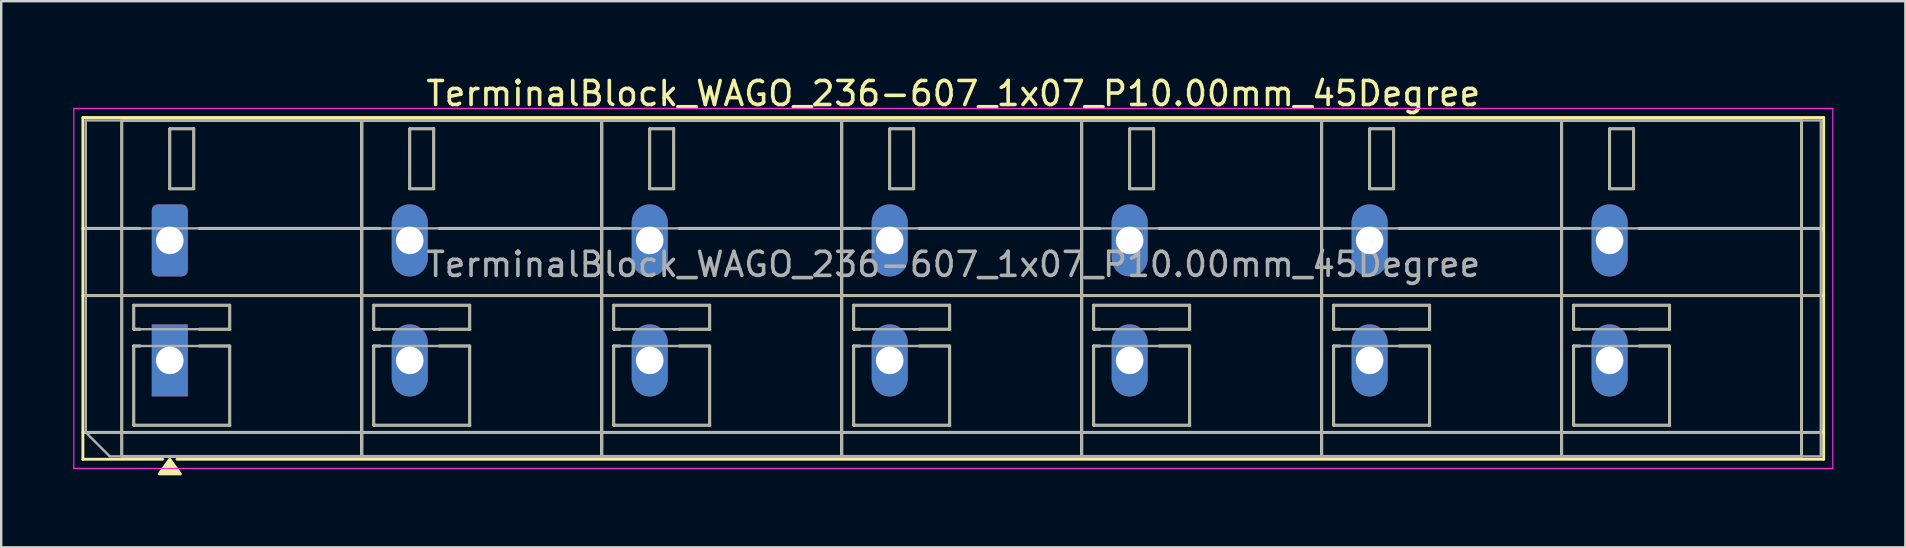
<source format=kicad_pcb>
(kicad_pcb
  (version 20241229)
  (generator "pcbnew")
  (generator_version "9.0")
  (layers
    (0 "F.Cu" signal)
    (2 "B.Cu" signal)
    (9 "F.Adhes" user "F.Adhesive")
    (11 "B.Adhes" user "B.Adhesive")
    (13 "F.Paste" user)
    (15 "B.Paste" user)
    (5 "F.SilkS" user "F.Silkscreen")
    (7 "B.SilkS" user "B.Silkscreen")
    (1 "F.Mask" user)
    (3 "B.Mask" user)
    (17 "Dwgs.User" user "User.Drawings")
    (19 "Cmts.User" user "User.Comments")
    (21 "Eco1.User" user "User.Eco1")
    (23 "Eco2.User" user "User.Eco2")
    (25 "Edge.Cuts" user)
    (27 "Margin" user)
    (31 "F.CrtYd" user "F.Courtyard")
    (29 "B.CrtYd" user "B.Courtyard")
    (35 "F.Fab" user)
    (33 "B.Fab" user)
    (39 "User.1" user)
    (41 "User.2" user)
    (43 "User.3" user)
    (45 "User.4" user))
  (footprint "TerminalBlock_WAGO_236-607_1x07_P10.00mm_45Degree"
    (layer "F.Cu")
    (at 4.025 6.968)
    (property "Reference" "TerminalBlock_WAGO_236-607_1x07_P10.00mm_45Degree" (at 32.65 -6.12 0) (layer "F.SilkS") (effects (font (size 1 1) (thickness 0.15))))
    (attr through_hole)
    (fp_line (start -3.62 -5.12) (end -3.62 9.12) (stroke (width 0.12) (type solid)) (layer "F.SilkS"))
    (fp_line (start -3.62 -5.12) (end 68.92 -5.12) (stroke (width 0.12) (type solid)) (layer "F.SilkS"))
    (fp_line (start -3.62 -0.5) (end -1.23 -0.5) (stroke (width 0.12) (type solid)) (layer "F.SilkS"))
    (fp_line (start -3.62 2.3) (end 68.92 2.3) (stroke (width 0.12) (type solid)) (layer "F.SilkS"))
    (fp_line (start -3.62 8) (end 68.92 8) (stroke (width 0.12) (type solid)) (layer "F.SilkS"))
    (fp_line (start -3.62 9.12) (end -0.3 9.12) (stroke (width 0.12) (type solid)) (layer "F.SilkS"))
    (fp_line (start -2 -5) (end -2 9) (stroke (width 0.12) (type solid)) (layer "F.SilkS"))
    (fp_line (start -2 -5) (end 8 -5) (stroke (width 0.12) (type solid)) (layer "F.SilkS"))
    (fp_line (start -2 9) (end 8 9) (stroke (width 0.12) (type solid)) (layer "F.SilkS"))
    (fp_line (start -1.5 2.7) (end -1.5 3.7) (stroke (width 0.12) (type solid)) (layer "F.SilkS"))
    (fp_line (start -1.5 2.7) (end 2.5 2.7) (stroke (width 0.12) (type solid)) (layer "F.SilkS"))
    (fp_line (start -1.5 3.7) (end -1.23 3.7) (stroke (width 0.12) (type solid)) (layer "F.SilkS"))
    (fp_line (start -1.5 4.4) (end -1.5 7.7) (stroke (width 0.12) (type solid)) (layer "F.SilkS"))
    (fp_line (start -1.5 4.4) (end -1.23 4.4) (stroke (width 0.12) (type solid)) (layer "F.SilkS"))
    (fp_line (start -1.5 7.7) (end 2.5 7.7) (stroke (width 0.12) (type solid)) (layer "F.SilkS"))
    (fp_line (start 0 -4.65) (end 0 -2.15) (stroke (width 0.12) (type solid)) (layer "F.SilkS"))
    (fp_line (start 0 -4.65) (end 1 -4.65) (stroke (width 0.12) (type solid)) (layer "F.SilkS"))
    (fp_line (start 0 -2.15) (end 1 -2.15) (stroke (width 0.12) (type solid)) (layer "F.SilkS"))
    (fp_line (start 0.3 9.12) (end 68.92 9.12) (stroke (width 0.12) (type solid)) (layer "F.SilkS"))
    (fp_line (start 1 -4.65) (end 1 -2.15) (stroke (width 0.12) (type solid)) (layer "F.SilkS"))
    (fp_line (start 1.23 -0.5) (end 8.77 -0.5) (stroke (width 0.12) (type solid)) (layer "F.SilkS"))
    (fp_line (start 1.23 3.7) (end 2.5 3.7) (stroke (width 0.12) (type solid)) (layer "F.SilkS"))
    (fp_line (start 1.23 4.4) (end 2.5 4.4) (stroke (width 0.12) (type solid)) (layer "F.SilkS"))
    (fp_line (start 2.5 2.7) (end 2.5 3.7) (stroke (width 0.12) (type solid)) (layer "F.SilkS"))
    (fp_line (start 2.5 4.4) (end 2.5 7.7) (stroke (width 0.12) (type solid)) (layer "F.SilkS"))
    (fp_line (start 8 -5) (end 8 9) (stroke (width 0.12) (type solid)) (layer "F.SilkS"))
    (fp_line (start 8 -5) (end 8 9) (stroke (width 0.12) (type solid)) (layer "F.SilkS"))
    (fp_line (start 8 -5) (end 18 -5) (stroke (width 0.12) (type solid)) (layer "F.SilkS"))
    (fp_line (start 8 9) (end 18 9) (stroke (width 0.12) (type solid)) (layer "F.SilkS"))
    (fp_line (start 8.5 2.7) (end 8.5 3.7) (stroke (width 0.12) (type solid)) (layer "F.SilkS"))
    (fp_line (start 8.5 2.7) (end 12.5 2.7) (stroke (width 0.12) (type solid)) (layer "F.SilkS"))
    (fp_line (start 8.5 3.7) (end 8.77 3.7) (stroke (width 0.12) (type solid)) (layer "F.SilkS"))
    (fp_line (start 8.5 4.4) (end 8.5 7.7) (stroke (width 0.12) (type solid)) (layer "F.SilkS"))
    (fp_line (start 8.5 4.4) (end 8.77 4.4) (stroke (width 0.12) (type solid)) (layer "F.SilkS"))
    (fp_line (start 8.5 7.7) (end 12.5 7.7) (stroke (width 0.12) (type solid)) (layer "F.SilkS"))
    (fp_line (start 10 -4.65) (end 10 -2.15) (stroke (width 0.12) (type solid)) (layer "F.SilkS"))
    (fp_line (start 10 -4.65) (end 11 -4.65) (stroke (width 0.12) (type solid)) (layer "F.SilkS"))
    (fp_line (start 10 -2.15) (end 11 -2.15) (stroke (width 0.12) (type solid)) (layer "F.SilkS"))
    (fp_line (start 11 -4.65) (end 11 -2.15) (stroke (width 0.12) (type solid)) (layer "F.SilkS"))
    (fp_line (start 11.23 -0.5) (end 18.77 -0.5) (stroke (width 0.12) (type solid)) (layer "F.SilkS"))
    (fp_line (start 11.23 3.7) (end 12.5 3.7) (stroke (width 0.12) (type solid)) (layer "F.SilkS"))
    (fp_line (start 11.23 4.4) (end 12.5 4.4) (stroke (width 0.12) (type solid)) (layer "F.SilkS"))
    (fp_line (start 12.5 2.7) (end 12.5 3.7) (stroke (width 0.12) (type solid)) (layer "F.SilkS"))
    (fp_line (start 12.5 4.4) (end 12.5 7.7) (stroke (width 0.12) (type solid)) (layer "F.SilkS"))
    (fp_line (start 18 -5) (end 18 9) (stroke (width 0.12) (type solid)) (layer "F.SilkS"))
    (fp_line (start 18 -5) (end 18 9) (stroke (width 0.12) (type solid)) (layer "F.SilkS"))
    (fp_line (start 18 -5) (end 28 -5) (stroke (width 0.12) (type solid)) (layer "F.SilkS"))
    (fp_line (start 18 9) (end 28 9) (stroke (width 0.12) (type solid)) (layer "F.SilkS"))
    (fp_line (start 18.5 2.7) (end 18.5 3.7) (stroke (width 0.12) (type solid)) (layer "F.SilkS"))
    (fp_line (start 18.5 2.7) (end 22.5 2.7) (stroke (width 0.12) (type solid)) (layer "F.SilkS"))
    (fp_line (start 18.5 3.7) (end 18.77 3.7) (stroke (width 0.12) (type solid)) (layer "F.SilkS"))
    (fp_line (start 18.5 4.4) (end 18.5 7.7) (stroke (width 0.12) (type solid)) (layer "F.SilkS"))
    (fp_line (start 18.5 4.4) (end 18.77 4.4) (stroke (width 0.12) (type solid)) (layer "F.SilkS"))
    (fp_line (start 18.5 7.7) (end 22.5 7.7) (stroke (width 0.12) (type solid)) (layer "F.SilkS"))
    (fp_line (start 20 -4.65) (end 20 -2.15) (stroke (width 0.12) (type solid)) (layer "F.SilkS"))
    (fp_line (start 20 -4.65) (end 21 -4.65) (stroke (width 0.12) (type solid)) (layer "F.SilkS"))
    (fp_line (start 20 -2.15) (end 21 -2.15) (stroke (width 0.12) (type solid)) (layer "F.SilkS"))
    (fp_line (start 21 -4.65) (end 21 -2.15) (stroke (width 0.12) (type solid)) (layer "F.SilkS"))
    (fp_line (start 21.23 -0.5) (end 28.77 -0.5) (stroke (width 0.12) (type solid)) (layer "F.SilkS"))
    (fp_line (start 21.23 3.7) (end 22.5 3.7) (stroke (width 0.12) (type solid)) (layer "F.SilkS"))
    (fp_line (start 21.23 4.4) (end 22.5 4.4) (stroke (width 0.12) (type solid)) (layer "F.SilkS"))
    (fp_line (start 22.5 2.7) (end 22.5 3.7) (stroke (width 0.12) (type solid)) (layer "F.SilkS"))
    (fp_line (start 22.5 4.4) (end 22.5 7.7) (stroke (width 0.12) (type solid)) (layer "F.SilkS"))
    (fp_line (start 28 -5) (end 28 9) (stroke (width 0.12) (type solid)) (layer "F.SilkS"))
    (fp_line (start 28 -5) (end 28 9) (stroke (width 0.12) (type solid)) (layer "F.SilkS"))
    (fp_line (start 28 -5) (end 38 -5) (stroke (width 0.12) (type solid)) (layer "F.SilkS"))
    (fp_line (start 28 9) (end 38 9) (stroke (width 0.12) (type solid)) (layer "F.SilkS"))
    (fp_line (start 28.5 2.7) (end 28.5 3.7) (stroke (width 0.12) (type solid)) (layer "F.SilkS"))
    (fp_line (start 28.5 2.7) (end 32.5 2.7) (stroke (width 0.12) (type solid)) (layer "F.SilkS"))
    (fp_line (start 28.5 3.7) (end 28.77 3.7) (stroke (width 0.12) (type solid)) (layer "F.SilkS"))
    (fp_line (start 28.5 4.4) (end 28.5 7.7) (stroke (width 0.12) (type solid)) (layer "F.SilkS"))
    (fp_line (start 28.5 4.4) (end 28.77 4.4) (stroke (width 0.12) (type solid)) (layer "F.SilkS"))
    (fp_line (start 28.5 7.7) (end 32.5 7.7) (stroke (width 0.12) (type solid)) (layer "F.SilkS"))
    (fp_line (start 30 -4.65) (end 30 -2.15) (stroke (width 0.12) (type solid)) (layer "F.SilkS"))
    (fp_line (start 30 -4.65) (end 31 -4.65) (stroke (width 0.12) (type solid)) (layer "F.SilkS"))
    (fp_line (start 30 -2.15) (end 31 -2.15) (stroke (width 0.12) (type solid)) (layer "F.SilkS"))
    (fp_line (start 31 -4.65) (end 31 -2.15) (stroke (width 0.12) (type solid)) (layer "F.SilkS"))
    (fp_line (start 31.23 -0.5) (end 38.77 -0.5) (stroke (width 0.12) (type solid)) (layer "F.SilkS"))
    (fp_line (start 31.23 3.7) (end 32.5 3.7) (stroke (width 0.12) (type solid)) (layer "F.SilkS"))
    (fp_line (start 31.23 4.4) (end 32.5 4.4) (stroke (width 0.12) (type solid)) (layer "F.SilkS"))
    (fp_line (start 32.5 2.7) (end 32.5 3.7) (stroke (width 0.12) (type solid)) (layer "F.SilkS"))
    (fp_line (start 32.5 4.4) (end 32.5 7.7) (stroke (width 0.12) (type solid)) (layer "F.SilkS"))
    (fp_line (start 38 -5) (end 38 9) (stroke (width 0.12) (type solid)) (layer "F.SilkS"))
    (fp_line (start 38 -5) (end 38 9) (stroke (width 0.12) (type solid)) (layer "F.SilkS"))
    (fp_line (start 38 -5) (end 48 -5) (stroke (width 0.12) (type solid)) (layer "F.SilkS"))
    (fp_line (start 38 9) (end 48 9) (stroke (width 0.12) (type solid)) (layer "F.SilkS"))
    (fp_line (start 38.5 2.7) (end 38.5 3.7) (stroke (width 0.12) (type solid)) (layer "F.SilkS"))
    (fp_line (start 38.5 2.7) (end 42.5 2.7) (stroke (width 0.12) (type solid)) (layer "F.SilkS"))
    (fp_line (start 38.5 3.7) (end 38.77 3.7) (stroke (width 0.12) (type solid)) (layer "F.SilkS"))
    (fp_line (start 38.5 4.4) (end 38.5 7.7) (stroke (width 0.12) (type solid)) (layer "F.SilkS"))
    (fp_line (start 38.5 4.4) (end 38.77 4.4) (stroke (width 0.12) (type solid)) (layer "F.SilkS"))
    (fp_line (start 38.5 7.7) (end 42.5 7.7) (stroke (width 0.12) (type solid)) (layer "F.SilkS"))
    (fp_line (start 40 -4.65) (end 40 -2.15) (stroke (width 0.12) (type solid)) (layer "F.SilkS"))
    (fp_line (start 40 -4.65) (end 41 -4.65) (stroke (width 0.12) (type solid)) (layer "F.SilkS"))
    (fp_line (start 40 -2.15) (end 41 -2.15) (stroke (width 0.12) (type solid)) (layer "F.SilkS"))
    (fp_line (start 41 -4.65) (end 41 -2.15) (stroke (width 0.12) (type solid)) (layer "F.SilkS"))
    (fp_line (start 41.23 -0.5) (end 48.77 -0.5) (stroke (width 0.12) (type solid)) (layer "F.SilkS"))
    (fp_line (start 41.23 3.7) (end 42.5 3.7) (stroke (width 0.12) (type solid)) (layer "F.SilkS"))
    (fp_line (start 41.23 4.4) (end 42.5 4.4) (stroke (width 0.12) (type solid)) (layer "F.SilkS"))
    (fp_line (start 42.5 2.7) (end 42.5 3.7) (stroke (width 0.12) (type solid)) (layer "F.SilkS"))
    (fp_line (start 42.5 4.4) (end 42.5 7.7) (stroke (width 0.12) (type solid)) (layer "F.SilkS"))
    (fp_line (start 48 -5) (end 48 9) (stroke (width 0.12) (type solid)) (layer "F.SilkS"))
    (fp_line (start 48 -5) (end 48 9) (stroke (width 0.12) (type solid)) (layer "F.SilkS"))
    (fp_line (start 48 -5) (end 58 -5) (stroke (width 0.12) (type solid)) (layer "F.SilkS"))
    (fp_line (start 48 9) (end 58 9) (stroke (width 0.12) (type solid)) (layer "F.SilkS"))
    (fp_line (start 48.5 2.7) (end 48.5 3.7) (stroke (width 0.12) (type solid)) (layer "F.SilkS"))
    (fp_line (start 48.5 2.7) (end 52.5 2.7) (stroke (width 0.12) (type solid)) (layer "F.SilkS"))
    (fp_line (start 48.5 3.7) (end 48.77 3.7) (stroke (width 0.12) (type solid)) (layer "F.SilkS"))
    (fp_line (start 48.5 4.4) (end 48.5 7.7) (stroke (width 0.12) (type solid)) (layer "F.SilkS"))
    (fp_line (start 48.5 4.4) (end 48.77 4.4) (stroke (width 0.12) (type solid)) (layer "F.SilkS"))
    (fp_line (start 48.5 7.7) (end 52.5 7.7) (stroke (width 0.12) (type solid)) (layer "F.SilkS"))
    (fp_line (start 50 -4.65) (end 50 -2.15) (stroke (width 0.12) (type solid)) (layer "F.SilkS"))
    (fp_line (start 50 -4.65) (end 51 -4.65) (stroke (width 0.12) (type solid)) (layer "F.SilkS"))
    (fp_line (start 50 -2.15) (end 51 -2.15) (stroke (width 0.12) (type solid)) (layer "F.SilkS"))
    (fp_line (start 51 -4.65) (end 51 -2.15) (stroke (width 0.12) (type solid)) (layer "F.SilkS"))
    (fp_line (start 51.23 -0.5) (end 58.77 -0.5) (stroke (width 0.12) (type solid)) (layer "F.SilkS"))
    (fp_line (start 51.23 3.7) (end 52.5 3.7) (stroke (width 0.12) (type solid)) (layer "F.SilkS"))
    (fp_line (start 51.23 4.4) (end 52.5 4.4) (stroke (width 0.12) (type solid)) (layer "F.SilkS"))
    (fp_line (start 52.5 2.7) (end 52.5 3.7) (stroke (width 0.12) (type solid)) (layer "F.SilkS"))
    (fp_line (start 52.5 4.4) (end 52.5 7.7) (stroke (width 0.12) (type solid)) (layer "F.SilkS"))
    (fp_line (start 58 -5) (end 58 9) (stroke (width 0.12) (type solid)) (layer "F.SilkS"))
    (fp_line (start 58 -5) (end 58 9) (stroke (width 0.12) (type solid)) (layer "F.SilkS"))
    (fp_line (start 58 -5) (end 68 -5) (stroke (width 0.12) (type solid)) (layer "F.SilkS"))
    (fp_line (start 58 9) (end 68 9) (stroke (width 0.12) (type solid)) (layer "F.SilkS"))
    (fp_line (start 58.5 2.7) (end 58.5 3.7) (stroke (width 0.12) (type solid)) (layer "F.SilkS"))
    (fp_line (start 58.5 2.7) (end 62.5 2.7) (stroke (width 0.12) (type solid)) (layer "F.SilkS"))
    (fp_line (start 58.5 3.7) (end 58.77 3.7) (stroke (width 0.12) (type solid)) (layer "F.SilkS"))
    (fp_line (start 58.5 4.4) (end 58.5 7.7) (stroke (width 0.12) (type solid)) (layer "F.SilkS"))
    (fp_line (start 58.5 4.4) (end 58.77 4.4) (stroke (width 0.12) (type solid)) (layer "F.SilkS"))
    (fp_line (start 58.5 7.7) (end 62.5 7.7) (stroke (width 0.12) (type solid)) (layer "F.SilkS"))
    (fp_line (start 60 -4.65) (end 60 -2.15) (stroke (width 0.12) (type solid)) (layer "F.SilkS"))
    (fp_line (start 60 -4.65) (end 61 -4.65) (stroke (width 0.12) (type solid)) (layer "F.SilkS"))
    (fp_line (start 60 -2.15) (end 61 -2.15) (stroke (width 0.12) (type solid)) (layer "F.SilkS"))
    (fp_line (start 61 -4.65) (end 61 -2.15) (stroke (width 0.12) (type solid)) (layer "F.SilkS"))
    (fp_line (start 61.23 -0.5) (end 68.92 -0.5) (stroke (width 0.12) (type solid)) (layer "F.SilkS"))
    (fp_line (start 61.23 3.7) (end 62.5 3.7) (stroke (width 0.12) (type solid)) (layer "F.SilkS"))
    (fp_line (start 61.23 4.4) (end 62.5 4.4) (stroke (width 0.12) (type solid)) (layer "F.SilkS"))
    (fp_line (start 62.5 2.7) (end 62.5 3.7) (stroke (width 0.12) (type solid)) (layer "F.SilkS"))
    (fp_line (start 62.5 4.4) (end 62.5 7.7) (stroke (width 0.12) (type solid)) (layer "F.SilkS"))
    (fp_line (start 68 -5) (end 68 9) (stroke (width 0.12) (type solid)) (layer "F.SilkS"))
    (fp_line (start 68.92 -5.12) (end 68.92 9.12) (stroke (width 0.12) (type solid)) (layer "F.SilkS"))
    (fp_poly (pts (xy 0 9.12) (xy 0.44 9.73) (xy -0.44 9.73)) (stroke (width 0.12) (type solid)) (fill yes) (layer "F.SilkS"))
    (fp_line (start -4 -5.5) (end -4 9.5) (stroke (width 0.05) (type solid)) (layer "F.CrtYd"))
    (fp_line (start -4 9.5) (end 69.3 9.5) (stroke (width 0.05) (type solid)) (layer "F.CrtYd"))
    (fp_line (start 69.3 -5.5) (end -4 -5.5) (stroke (width 0.05) (type solid)) (layer "F.CrtYd"))
    (fp_line (start 69.3 9.5) (end 69.3 -5.5) (stroke (width 0.05) (type solid)) (layer "F.CrtYd"))
    (fp_line (start -3.5 -5) (end 68.8 -5) (stroke (width 0.1) (type solid)) (layer "F.Fab"))
    (fp_line (start -3.5 -0.5) (end 68.8 -0.5) (stroke (width 0.1) (type solid)) (layer "F.Fab"))
    (fp_line (start -3.5 2.3) (end 68.8 2.3) (stroke (width 0.1) (type solid)) (layer "F.Fab"))
    (fp_line (start -3.5 8) (end -3.5 -5) (stroke (width 0.1) (type solid)) (layer "F.Fab"))
    (fp_line (start -3.5 8) (end 68.8 8) (stroke (width 0.1) (type solid)) (layer "F.Fab"))
    (fp_line (start -2.5 9) (end -3.5 8) (stroke (width 0.1) (type solid)) (layer "F.Fab"))
    (fp_line (start -2 -5) (end -2 9) (stroke (width 0.1) (type solid)) (layer "F.Fab"))
    (fp_line (start -2 9) (end 8 9) (stroke (width 0.1) (type solid)) (layer "F.Fab"))
    (fp_line (start -1.5 2.7) (end -1.5 3.7) (stroke (width 0.1) (type solid)) (layer "F.Fab"))
    (fp_line (start -1.5 3.7) (end 2.5 3.7) (stroke (width 0.1) (type solid)) (layer "F.Fab"))
    (fp_line (start -1.5 4.4) (end -1.5 7.7) (stroke (width 0.1) (type solid)) (layer "F.Fab"))
    (fp_line (start -1.5 7.7) (end 2.5 7.7) (stroke (width 0.1) (type solid)) (layer "F.Fab"))
    (fp_line (start 0 -4.65) (end 0 -2.15) (stroke (width 0.1) (type solid)) (layer "F.Fab"))
    (fp_line (start 0 -2.15) (end 1 -2.15) (stroke (width 0.1) (type solid)) (layer "F.Fab"))
    (fp_line (start 1 -4.65) (end 0 -4.65) (stroke (width 0.1) (type solid)) (layer "F.Fab"))
    (fp_line (start 1 -2.15) (end 1 -4.65) (stroke (width 0.1) (type solid)) (layer "F.Fab"))
    (fp_line (start 2.5 2.7) (end -1.5 2.7) (stroke (width 0.1) (type solid)) (layer "F.Fab"))
    (fp_line (start 2.5 3.7) (end 2.5 2.7) (stroke (width 0.1) (type solid)) (layer "F.Fab"))
    (fp_line (start 2.5 4.4) (end -1.5 4.4) (stroke (width 0.1) (type solid)) (layer "F.Fab"))
    (fp_line (start 2.5 7.7) (end 2.5 4.4) (stroke (width 0.1) (type solid)) (layer "F.Fab"))
    (fp_line (start 8 -5) (end -2 -5) (stroke (width 0.1) (type solid)) (layer "F.Fab"))
    (fp_line (start 8 -5) (end 8 9) (stroke (width 0.1) (type solid)) (layer "F.Fab"))
    (fp_line (start 8 9) (end 8 -5) (stroke (width 0.1) (type solid)) (layer "F.Fab"))
    (fp_line (start 8 9) (end 18 9) (stroke (width 0.1) (type solid)) (layer "F.Fab"))
    (fp_line (start 8.5 2.7) (end 8.5 3.7) (stroke (width 0.1) (type solid)) (layer "F.Fab"))
    (fp_line (start 8.5 3.7) (end 12.5 3.7) (stroke (width 0.1) (type solid)) (layer "F.Fab"))
    (fp_line (start 8.5 4.4) (end 8.5 7.7) (stroke (width 0.1) (type solid)) (layer "F.Fab"))
    (fp_line (start 8.5 7.7) (end 12.5 7.7) (stroke (width 0.1) (type solid)) (layer "F.Fab"))
    (fp_line (start 10 -4.65) (end 10 -2.15) (stroke (width 0.1) (type solid)) (layer "F.Fab"))
    (fp_line (start 10 -2.15) (end 11 -2.15) (stroke (width 0.1) (type solid)) (layer "F.Fab"))
    (fp_line (start 11 -4.65) (end 10 -4.65) (stroke (width 0.1) (type solid)) (layer "F.Fab"))
    (fp_line (start 11 -2.15) (end 11 -4.65) (stroke (width 0.1) (type solid)) (layer "F.Fab"))
    (fp_line (start 12.5 2.7) (end 8.5 2.7) (stroke (width 0.1) (type solid)) (layer "F.Fab"))
    (fp_line (start 12.5 3.7) (end 12.5 2.7) (stroke (width 0.1) (type solid)) (layer "F.Fab"))
    (fp_line (start 12.5 4.4) (end 8.5 4.4) (stroke (width 0.1) (type solid)) (layer "F.Fab"))
    (fp_line (start 12.5 7.7) (end 12.5 4.4) (stroke (width 0.1) (type solid)) (layer "F.Fab"))
    (fp_line (start 18 -5) (end 8 -5) (stroke (width 0.1) (type solid)) (layer "F.Fab"))
    (fp_line (start 18 -5) (end 18 9) (stroke (width 0.1) (type solid)) (layer "F.Fab"))
    (fp_line (start 18 9) (end 18 -5) (stroke (width 0.1) (type solid)) (layer "F.Fab"))
    (fp_line (start 18 9) (end 28 9) (stroke (width 0.1) (type solid)) (layer "F.Fab"))
    (fp_line (start 18.5 2.7) (end 18.5 3.7) (stroke (width 0.1) (type solid)) (layer "F.Fab"))
    (fp_line (start 18.5 3.7) (end 22.5 3.7) (stroke (width 0.1) (type solid)) (layer "F.Fab"))
    (fp_line (start 18.5 4.4) (end 18.5 7.7) (stroke (width 0.1) (type solid)) (layer "F.Fab"))
    (fp_line (start 18.5 7.7) (end 22.5 7.7) (stroke (width 0.1) (type solid)) (layer "F.Fab"))
    (fp_line (start 20 -4.65) (end 20 -2.15) (stroke (width 0.1) (type solid)) (layer "F.Fab"))
    (fp_line (start 20 -2.15) (end 21 -2.15) (stroke (width 0.1) (type solid)) (layer "F.Fab"))
    (fp_line (start 21 -4.65) (end 20 -4.65) (stroke (width 0.1) (type solid)) (layer "F.Fab"))
    (fp_line (start 21 -2.15) (end 21 -4.65) (stroke (width 0.1) (type solid)) (layer "F.Fab"))
    (fp_line (start 22.5 2.7) (end 18.5 2.7) (stroke (width 0.1) (type solid)) (layer "F.Fab"))
    (fp_line (start 22.5 3.7) (end 22.5 2.7) (stroke (width 0.1) (type solid)) (layer "F.Fab"))
    (fp_line (start 22.5 4.4) (end 18.5 4.4) (stroke (width 0.1) (type solid)) (layer "F.Fab"))
    (fp_line (start 22.5 7.7) (end 22.5 4.4) (stroke (width 0.1) (type solid)) (layer "F.Fab"))
    (fp_line (start 28 -5) (end 18 -5) (stroke (width 0.1) (type solid)) (layer "F.Fab"))
    (fp_line (start 28 -5) (end 28 9) (stroke (width 0.1) (type solid)) (layer "F.Fab"))
    (fp_line (start 28 9) (end 28 -5) (stroke (width 0.1) (type solid)) (layer "F.Fab"))
    (fp_line (start 28 9) (end 38 9) (stroke (width 0.1) (type solid)) (layer "F.Fab"))
    (fp_line (start 28.5 2.7) (end 28.5 3.7) (stroke (width 0.1) (type solid)) (layer "F.Fab"))
    (fp_line (start 28.5 3.7) (end 32.5 3.7) (stroke (width 0.1) (type solid)) (layer "F.Fab"))
    (fp_line (start 28.5 4.4) (end 28.5 7.7) (stroke (width 0.1) (type solid)) (layer "F.Fab"))
    (fp_line (start 28.5 7.7) (end 32.5 7.7) (stroke (width 0.1) (type solid)) (layer "F.Fab"))
    (fp_line (start 30 -4.65) (end 30 -2.15) (stroke (width 0.1) (type solid)) (layer "F.Fab"))
    (fp_line (start 30 -2.15) (end 31 -2.15) (stroke (width 0.1) (type solid)) (layer "F.Fab"))
    (fp_line (start 31 -4.65) (end 30 -4.65) (stroke (width 0.1) (type solid)) (layer "F.Fab"))
    (fp_line (start 31 -2.15) (end 31 -4.65) (stroke (width 0.1) (type solid)) (layer "F.Fab"))
    (fp_line (start 32.5 2.7) (end 28.5 2.7) (stroke (width 0.1) (type solid)) (layer "F.Fab"))
    (fp_line (start 32.5 3.7) (end 32.5 2.7) (stroke (width 0.1) (type solid)) (layer "F.Fab"))
    (fp_line (start 32.5 4.4) (end 28.5 4.4) (stroke (width 0.1) (type solid)) (layer "F.Fab"))
    (fp_line (start 32.5 7.7) (end 32.5 4.4) (stroke (width 0.1) (type solid)) (layer "F.Fab"))
    (fp_line (start 38 -5) (end 28 -5) (stroke (width 0.1) (type solid)) (layer "F.Fab"))
    (fp_line (start 38 -5) (end 38 9) (stroke (width 0.1) (type solid)) (layer "F.Fab"))
    (fp_line (start 38 9) (end 38 -5) (stroke (width 0.1) (type solid)) (layer "F.Fab"))
    (fp_line (start 38 9) (end 48 9) (stroke (width 0.1) (type solid)) (layer "F.Fab"))
    (fp_line (start 38.5 2.7) (end 38.5 3.7) (stroke (width 0.1) (type solid)) (layer "F.Fab"))
    (fp_line (start 38.5 3.7) (end 42.5 3.7) (stroke (width 0.1) (type solid)) (layer "F.Fab"))
    (fp_line (start 38.5 4.4) (end 38.5 7.7) (stroke (width 0.1) (type solid)) (layer "F.Fab"))
    (fp_line (start 38.5 7.7) (end 42.5 7.7) (stroke (width 0.1) (type solid)) (layer "F.Fab"))
    (fp_line (start 40 -4.65) (end 40 -2.15) (stroke (width 0.1) (type solid)) (layer "F.Fab"))
    (fp_line (start 40 -2.15) (end 41 -2.15) (stroke (width 0.1) (type solid)) (layer "F.Fab"))
    (fp_line (start 41 -4.65) (end 40 -4.65) (stroke (width 0.1) (type solid)) (layer "F.Fab"))
    (fp_line (start 41 -2.15) (end 41 -4.65) (stroke (width 0.1) (type solid)) (layer "F.Fab"))
    (fp_line (start 42.5 2.7) (end 38.5 2.7) (stroke (width 0.1) (type solid)) (layer "F.Fab"))
    (fp_line (start 42.5 3.7) (end 42.5 2.7) (stroke (width 0.1) (type solid)) (layer "F.Fab"))
    (fp_line (start 42.5 4.4) (end 38.5 4.4) (stroke (width 0.1) (type solid)) (layer "F.Fab"))
    (fp_line (start 42.5 7.7) (end 42.5 4.4) (stroke (width 0.1) (type solid)) (layer "F.Fab"))
    (fp_line (start 48 -5) (end 38 -5) (stroke (width 0.1) (type solid)) (layer "F.Fab"))
    (fp_line (start 48 -5) (end 48 9) (stroke (width 0.1) (type solid)) (layer "F.Fab"))
    (fp_line (start 48 9) (end 48 -5) (stroke (width 0.1) (type solid)) (layer "F.Fab"))
    (fp_line (start 48 9) (end 58 9) (stroke (width 0.1) (type solid)) (layer "F.Fab"))
    (fp_line (start 48.5 2.7) (end 48.5 3.7) (stroke (width 0.1) (type solid)) (layer "F.Fab"))
    (fp_line (start 48.5 3.7) (end 52.5 3.7) (stroke (width 0.1) (type solid)) (layer "F.Fab"))
    (fp_line (start 48.5 4.4) (end 48.5 7.7) (stroke (width 0.1) (type solid)) (layer "F.Fab"))
    (fp_line (start 48.5 7.7) (end 52.5 7.7) (stroke (width 0.1) (type solid)) (layer "F.Fab"))
    (fp_line (start 50 -4.65) (end 50 -2.15) (stroke (width 0.1) (type solid)) (layer "F.Fab"))
    (fp_line (start 50 -2.15) (end 51 -2.15) (stroke (width 0.1) (type solid)) (layer "F.Fab"))
    (fp_line (start 51 -4.65) (end 50 -4.65) (stroke (width 0.1) (type solid)) (layer "F.Fab"))
    (fp_line (start 51 -2.15) (end 51 -4.65) (stroke (width 0.1) (type solid)) (layer "F.Fab"))
    (fp_line (start 52.5 2.7) (end 48.5 2.7) (stroke (width 0.1) (type solid)) (layer "F.Fab"))
    (fp_line (start 52.5 3.7) (end 52.5 2.7) (stroke (width 0.1) (type solid)) (layer "F.Fab"))
    (fp_line (start 52.5 4.4) (end 48.5 4.4) (stroke (width 0.1) (type solid)) (layer "F.Fab"))
    (fp_line (start 52.5 7.7) (end 52.5 4.4) (stroke (width 0.1) (type solid)) (layer "F.Fab"))
    (fp_line (start 58 -5) (end 48 -5) (stroke (width 0.1) (type solid)) (layer "F.Fab"))
    (fp_line (start 58 -5) (end 58 9) (stroke (width 0.1) (type solid)) (layer "F.Fab"))
    (fp_line (start 58 9) (end 58 -5) (stroke (width 0.1) (type solid)) (layer "F.Fab"))
    (fp_line (start 58 9) (end 68 9) (stroke (width 0.1) (type solid)) (layer "F.Fab"))
    (fp_line (start 58.5 2.7) (end 58.5 3.7) (stroke (width 0.1) (type solid)) (layer "F.Fab"))
    (fp_line (start 58.5 3.7) (end 62.5 3.7) (stroke (width 0.1) (type solid)) (layer "F.Fab"))
    (fp_line (start 58.5 4.4) (end 58.5 7.7) (stroke (width 0.1) (type solid)) (layer "F.Fab"))
    (fp_line (start 58.5 7.7) (end 62.5 7.7) (stroke (width 0.1) (type solid)) (layer "F.Fab"))
    (fp_line (start 60 -4.65) (end 60 -2.15) (stroke (width 0.1) (type solid)) (layer "F.Fab"))
    (fp_line (start 60 -2.15) (end 61 -2.15) (stroke (width 0.1) (type solid)) (layer "F.Fab"))
    (fp_line (start 61 -4.65) (end 60 -4.65) (stroke (width 0.1) (type solid)) (layer "F.Fab"))
    (fp_line (start 61 -2.15) (end 61 -4.65) (stroke (width 0.1) (type solid)) (layer "F.Fab"))
    (fp_line (start 62.5 2.7) (end 58.5 2.7) (stroke (width 0.1) (type solid)) (layer "F.Fab"))
    (fp_line (start 62.5 3.7) (end 62.5 2.7) (stroke (width 0.1) (type solid)) (layer "F.Fab"))
    (fp_line (start 62.5 4.4) (end 58.5 4.4) (stroke (width 0.1) (type solid)) (layer "F.Fab"))
    (fp_line (start 62.5 7.7) (end 62.5 4.4) (stroke (width 0.1) (type solid)) (layer "F.Fab"))
    (fp_line (start 68 -5) (end 58 -5) (stroke (width 0.1) (type solid)) (layer "F.Fab"))
    (fp_line (start 68 9) (end 68 -5) (stroke (width 0.1) (type solid)) (layer "F.Fab"))
    (fp_line (start 68.8 -5) (end 68.8 9) (stroke (width 0.1) (type solid)) (layer "F.Fab"))
    (fp_line (start 68.8 9) (end -2.5 9) (stroke (width 0.1) (type solid)) (layer "F.Fab"))
    (fp_text user "${REFERENCE}" (at 32.65 1 0) (layer "F.Fab") (effects (font (size 1 1) (thickness 0.15))))
    (pad "1" thru_hole roundrect (at 0 0) (size 1.5 3) (drill 1.15) (layers "*.Cu" "*.Mask") (roundrect_rratio 0.167))
    (pad "1" thru_hole rect (at 0 5) (size 1.5 3) (drill 1.15) (layers "*.Cu" "*.Mask"))
    (pad "2" thru_hole oval (at 10 0) (size 1.5 3) (drill 1.15) (layers "*.Cu" "*.Mask"))
    (pad "2" thru_hole oval (at 10 5) (size 1.5 3) (drill 1.15) (layers "*.Cu" "*.Mask"))
    (pad "3" thru_hole oval (at 20 0) (size 1.5 3) (drill 1.15) (layers "*.Cu" "*.Mask"))
    (pad "3" thru_hole oval (at 20 5) (size 1.5 3) (drill 1.15) (layers "*.Cu" "*.Mask"))
    (pad "4" thru_hole oval (at 30 0) (size 1.5 3) (drill 1.15) (layers "*.Cu" "*.Mask"))
    (pad "4" thru_hole oval (at 30 5) (size 1.5 3) (drill 1.15) (layers "*.Cu" "*.Mask"))
    (pad "5" thru_hole oval (at 40 0) (size 1.5 3) (drill 1.15) (layers "*.Cu" "*.Mask"))
    (pad "5" thru_hole oval (at 40 5) (size 1.5 3) (drill 1.15) (layers "*.Cu" "*.Mask"))
    (pad "6" thru_hole oval (at 50 0) (size 1.5 3) (drill 1.15) (layers "*.Cu" "*.Mask"))
    (pad "6" thru_hole oval (at 50 5) (size 1.5 3) (drill 1.15) (layers "*.Cu" "*.Mask"))
    (pad "7" thru_hole oval (at 60 0) (size 1.5 3) (drill 1.15) (layers "*.Cu" "*.Mask"))
    (pad "7" thru_hole oval (at 60 5) (size 1.5 3) (drill 1.15) (layers "*.Cu" "*.Mask")))
  (gr_rect
    (start -3 -3)
    (end 76.35 19.758)
    (stroke (width 0.1) (type default))
    (fill no)
    (layer "Edge.Cuts")))
</source>
